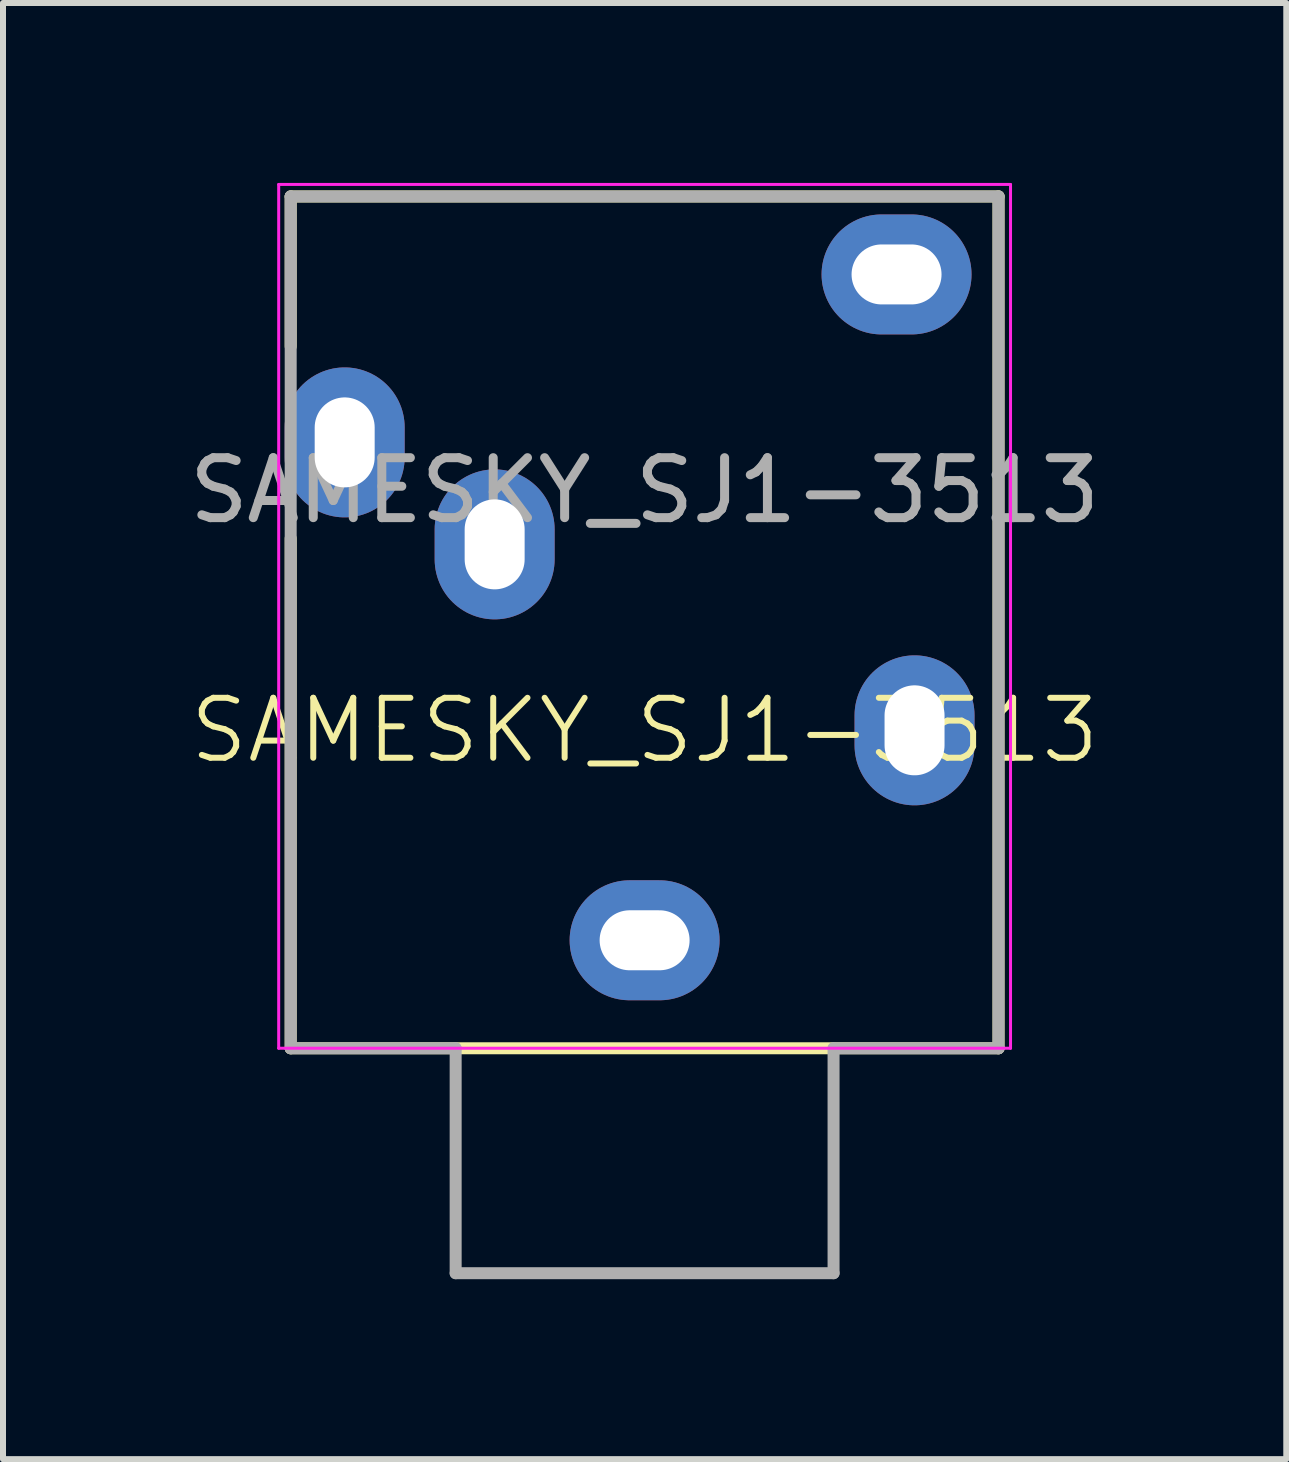
<source format=kicad_pcb>
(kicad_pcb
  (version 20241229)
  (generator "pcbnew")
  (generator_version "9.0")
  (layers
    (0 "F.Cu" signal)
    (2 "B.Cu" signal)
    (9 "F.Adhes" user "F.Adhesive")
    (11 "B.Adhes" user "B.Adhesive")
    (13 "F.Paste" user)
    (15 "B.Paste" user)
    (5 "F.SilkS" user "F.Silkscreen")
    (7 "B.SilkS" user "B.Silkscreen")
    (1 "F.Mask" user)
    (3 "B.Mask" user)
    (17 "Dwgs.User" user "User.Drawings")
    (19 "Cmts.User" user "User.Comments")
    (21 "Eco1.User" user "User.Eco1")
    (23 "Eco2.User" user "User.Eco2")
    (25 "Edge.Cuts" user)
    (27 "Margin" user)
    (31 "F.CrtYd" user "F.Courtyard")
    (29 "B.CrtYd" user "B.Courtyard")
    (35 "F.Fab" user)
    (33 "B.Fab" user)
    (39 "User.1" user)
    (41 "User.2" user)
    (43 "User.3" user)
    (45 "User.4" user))
  (footprint "SAMESKY_SJ1-3513"
    (layer "F.Cu")
    (at 7.696 12.625)
    (property "Reference" "SAMESKY_SJ1-3513" (at 0 -3.5 0) (unlocked yes) (layer "F.SilkS") (effects (font (size 1 1) (thickness 0.1))))
    (property "Value" "${VALUE}" (at 0 -5.5 0) (unlocked yes) (layer "F.Fab") (hide yes) (effects (font (size 1 1) (thickness 0.15))))
    (attr through_hole)
    (fp_line (start -5.9 -12.4) (end 5.9 -12.4) (stroke (width 0.2) (type default)) (layer "F.SilkS"))
    (fp_line (start -5.9 -9.9) (end -5.9 -12.4) (stroke (width 0.2) (type default)) (layer "F.SilkS"))
    (fp_line (start -5.9 1.8) (end -5.9 -6.7) (stroke (width 0.2) (type default)) (layer "F.SilkS"))
    (fp_line (start 5.9 -12.4) (end 5.9 1.8) (stroke (width 0.2) (type default)) (layer "F.SilkS"))
    (fp_line (start 5.9 1.8) (end -5.9 1.8) (stroke (width 0.2) (type default)) (layer "F.SilkS"))
    (fp_line (start -6.1 -12.6) (end 6.1 -12.6) (stroke (width 0.05) (type default)) (layer "F.CrtYd"))
    (fp_line (start -6.1 1.8) (end -6.1 -12.6) (stroke (width 0.05) (type default)) (layer "F.CrtYd"))
    (fp_line (start 6.1 -12.6) (end 6.1 1.8) (stroke (width 0.05) (type default)) (layer "F.CrtYd"))
    (fp_line (start 6.1 1.8) (end -6.1 1.8) (stroke (width 0.05) (type default)) (layer "F.CrtYd"))
    (fp_line (start -5.9 -12.4) (end 5.9 -12.4) (stroke (width 0.2) (type default)) (layer "F.Fab"))
    (fp_line (start -5.9 1.8) (end -5.9 -12.4) (stroke (width 0.2) (type default)) (layer "F.Fab"))
    (fp_line (start -3.15 1.8) (end -5.9 1.8) (stroke (width 0.2) (type default)) (layer "F.Fab"))
    (fp_line (start -3.15 5.55) (end -3.15 1.8) (stroke (width 0.2) (type default)) (layer "F.Fab"))
    (fp_line (start 3.15 1.8) (end 3.15 5.55) (stroke (width 0.2) (type default)) (layer "F.Fab"))
    (fp_line (start 3.15 5.55) (end -3.15 5.55) (stroke (width 0.2) (type default)) (layer "F.Fab"))
    (fp_line (start 5.9 -12.4) (end 5.9 1.8) (stroke (width 0.2) (type default)) (layer "F.Fab"))
    (fp_line (start 5.9 1.8) (end 3.15 1.8) (stroke (width 0.2) (type default)) (layer "F.Fab"))
    (fp_text user "${REFERENCE}" (at 0 -7.5 0) (unlocked yes) (layer "F.Fab") (effects (font (size 1 1) (thickness 0.15))))
    (pad "1" thru_hole oval (at 0 0) (size 2.5 2) (drill oval 1.5 1) (layers "*.Cu" "*.Mask"))
    (pad "2" thru_hole oval (at 4.5 -3.5 90) (size 2.5 2) (drill oval 1.5 1) (layers "*.Cu" "*.Mask"))
    (pad "3" thru_hole oval (at -5 -8.3 90) (size 2.5 2) (drill oval 1.5 1) (layers "*.Cu" "*.Mask"))
    (pad "4" thru_hole oval (at 4.2 -11.1 180) (size 2.5 2) (drill oval 1.5 1) (layers "*.Cu" "*.Mask"))
    (pad "5" thru_hole oval (at -2.5 -6.6 270) (size 2.5 2) (drill oval 1.5 1) (layers "*.Cu" "*.Mask")))
  (gr_rect
    (start -3 -3)
    (end 18.393 21.275)
    (stroke (width 0.1) (type default))
    (fill no)
    (layer "Edge.Cuts")))
</source>
